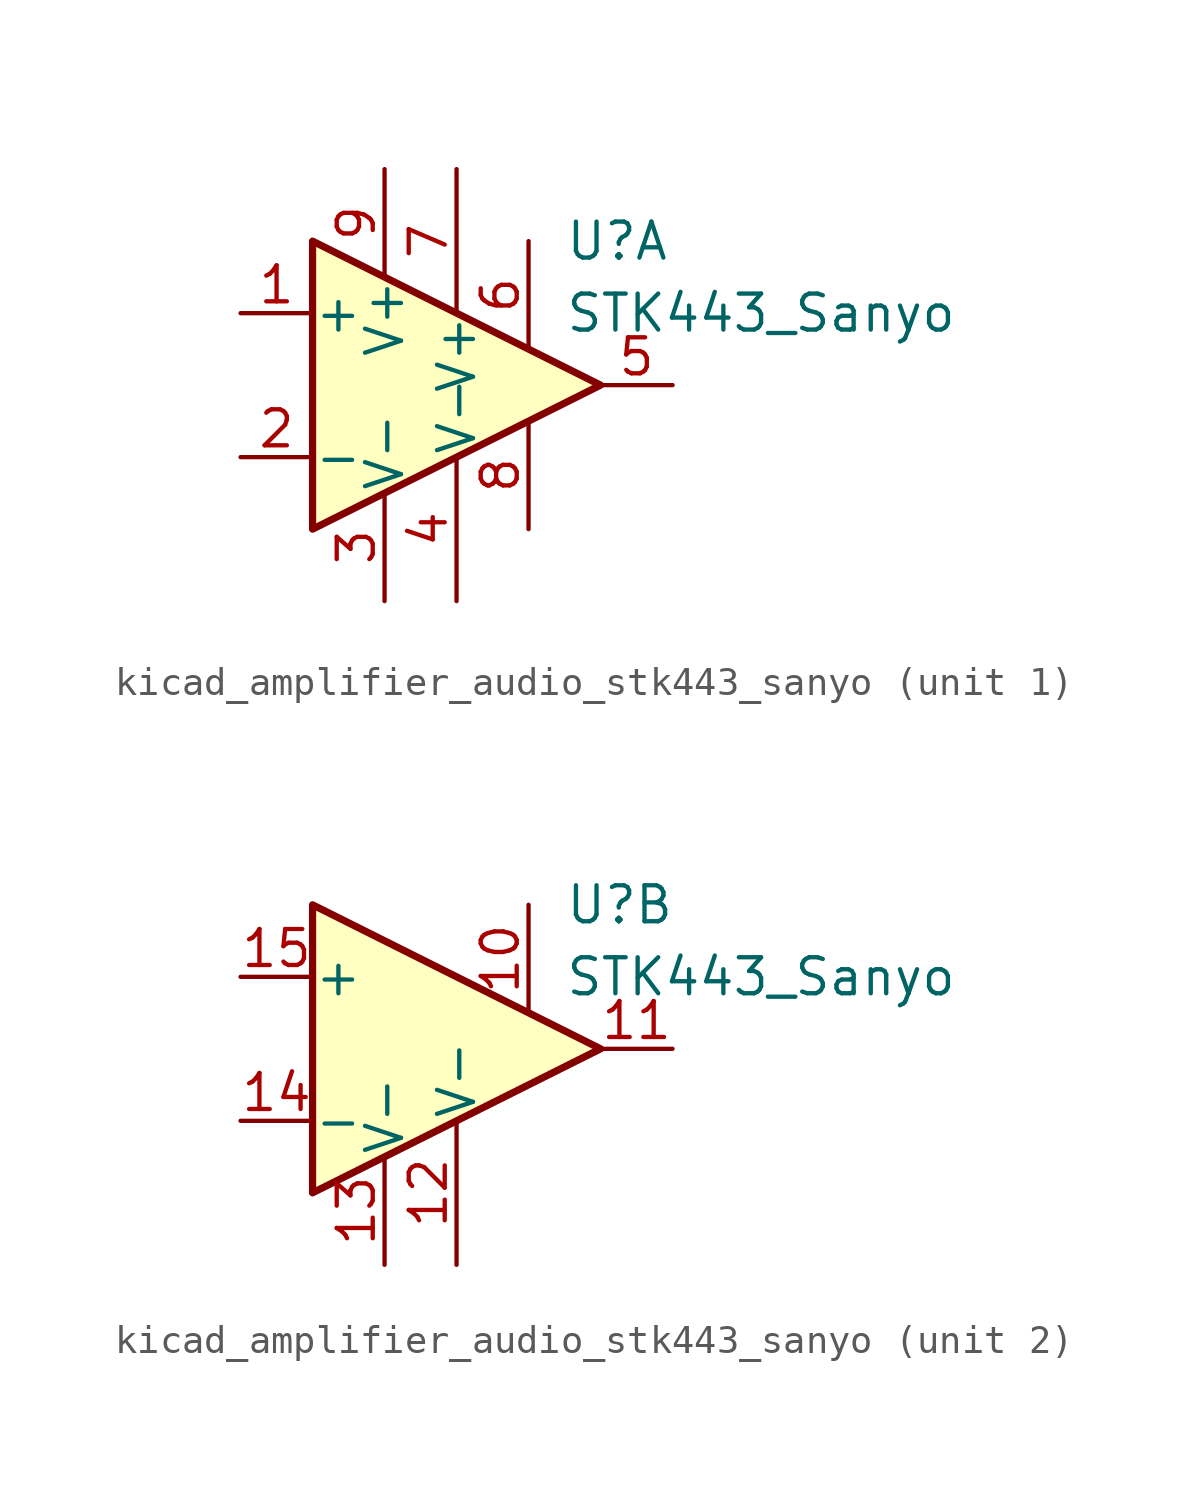
<source format=kicad_sym>
(kicad_symbol_lib
  (version 20220914)
  (generator kicad_symbol_editor)
  (symbol "kicad_amplifier_audio_stk443_sanyo"
    (pin_names
      (offset 0.025))
    (property "Reference" "U"
      (at 3.81 5.08 0)
      (effects (font (size 1.27 1.27)) (justify left)))
    (property "Value" "STK443_Sanyo"
      (at 3.81 2.54 0)
      (effects (font (size 1.27 1.27)) (justify left)))
    (symbol "kicad_amplifier_audio_stk443_sanyo_0_1"
      (polyline (pts (xy -5.08 5.08) (xy 5.08 0) (xy -5.08 -5.08) (xy -5.08 5.08)) (stroke (width 0.254) (type default)) (fill (type background))))
    (symbol "kicad_amplifier_audio_stk443_sanyo_1_1"
      (pin input line (at -7.62 2.54 0) (length 2.54) (name "+" (effects (font (size 1.27 1.27)))) (number "1" (effects (font (size 1.27 1.27)))))
      (pin input line (at -7.62 -2.54 0) (length 2.54) (name "-" (effects (font (size 1.27 1.27)))) (number "2" (effects (font (size 1.27 1.27)))))
      (pin power_in line (at -2.54 -7.62 90) (length 3.81) (name "V-" (effects (font (size 1.27 1.27)))) (number "3" (effects (font (size 1.27 1.27)))))
      (pin power_in line (at 0 -7.62 90) (length 5.08) (name "V-" (effects (font (size 1.27 1.27)))) (number "4" (effects (font (size 1.27 1.27)))))
      (pin output line (at 7.62 0 180) (length 2.54) (name "~" (effects (font (size 1.27 1.27)))) (number "5" (effects (font (size 1.27 1.27)))))
      (pin passive line (at 2.54 5.08 270) (length 3.81) (name "~" (effects (font (size 1.27 1.27)))) (number "6" (effects (font (size 1.27 1.27)))))
      (pin power_in line (at 0 7.62 270) (length 5.08) (name "V+" (effects (font (size 1.27 1.27)))) (number "7" (effects (font (size 1.27 1.27)))))
      (pin power_in line (at 2.54 -5.08 90) (length 3.81) (name "~" (effects (font (size 1.27 1.27)))) (number "8" (effects (font (size 1.27 1.27)))))
      (pin power_in line (at -2.54 7.62 270) (length 3.81) (name "V+" (effects (font (size 1.27 1.27)))) (number "9" (effects (font (size 1.27 1.27))))))
    (symbol "kicad_amplifier_audio_stk443_sanyo_2_1"
      (pin passive line (at 2.54 5.08 270) (length 3.81) (name "~" (effects (font (size 1.27 1.27)))) (number "10" (effects (font (size 1.27 1.27)))))
      (pin output line (at 7.62 0 180) (length 2.54) (name "~" (effects (font (size 1.27 1.27)))) (number "11" (effects (font (size 1.27 1.27)))))
      (pin power_in line (at 0 -7.62 90) (length 5.08) (name "V-" (effects (font (size 1.27 1.27)))) (number "12" (effects (font (size 1.27 1.27)))))
      (pin power_in line (at -2.54 -7.62 90) (length 3.81) (name "V-" (effects (font (size 1.27 1.27)))) (number "13" (effects (font (size 1.27 1.27)))))
      (pin input line (at -7.62 -2.54 0) (length 2.54) (name "-" (effects (font (size 1.27 1.27)))) (number "14" (effects (font (size 1.27 1.27)))))
      (pin input line (at -7.62 2.54 0) (length 2.54) (name "+" (effects (font (size 1.27 1.27)))) (number "15" (effects (font (size 1.27 1.27))))))))
</source>
